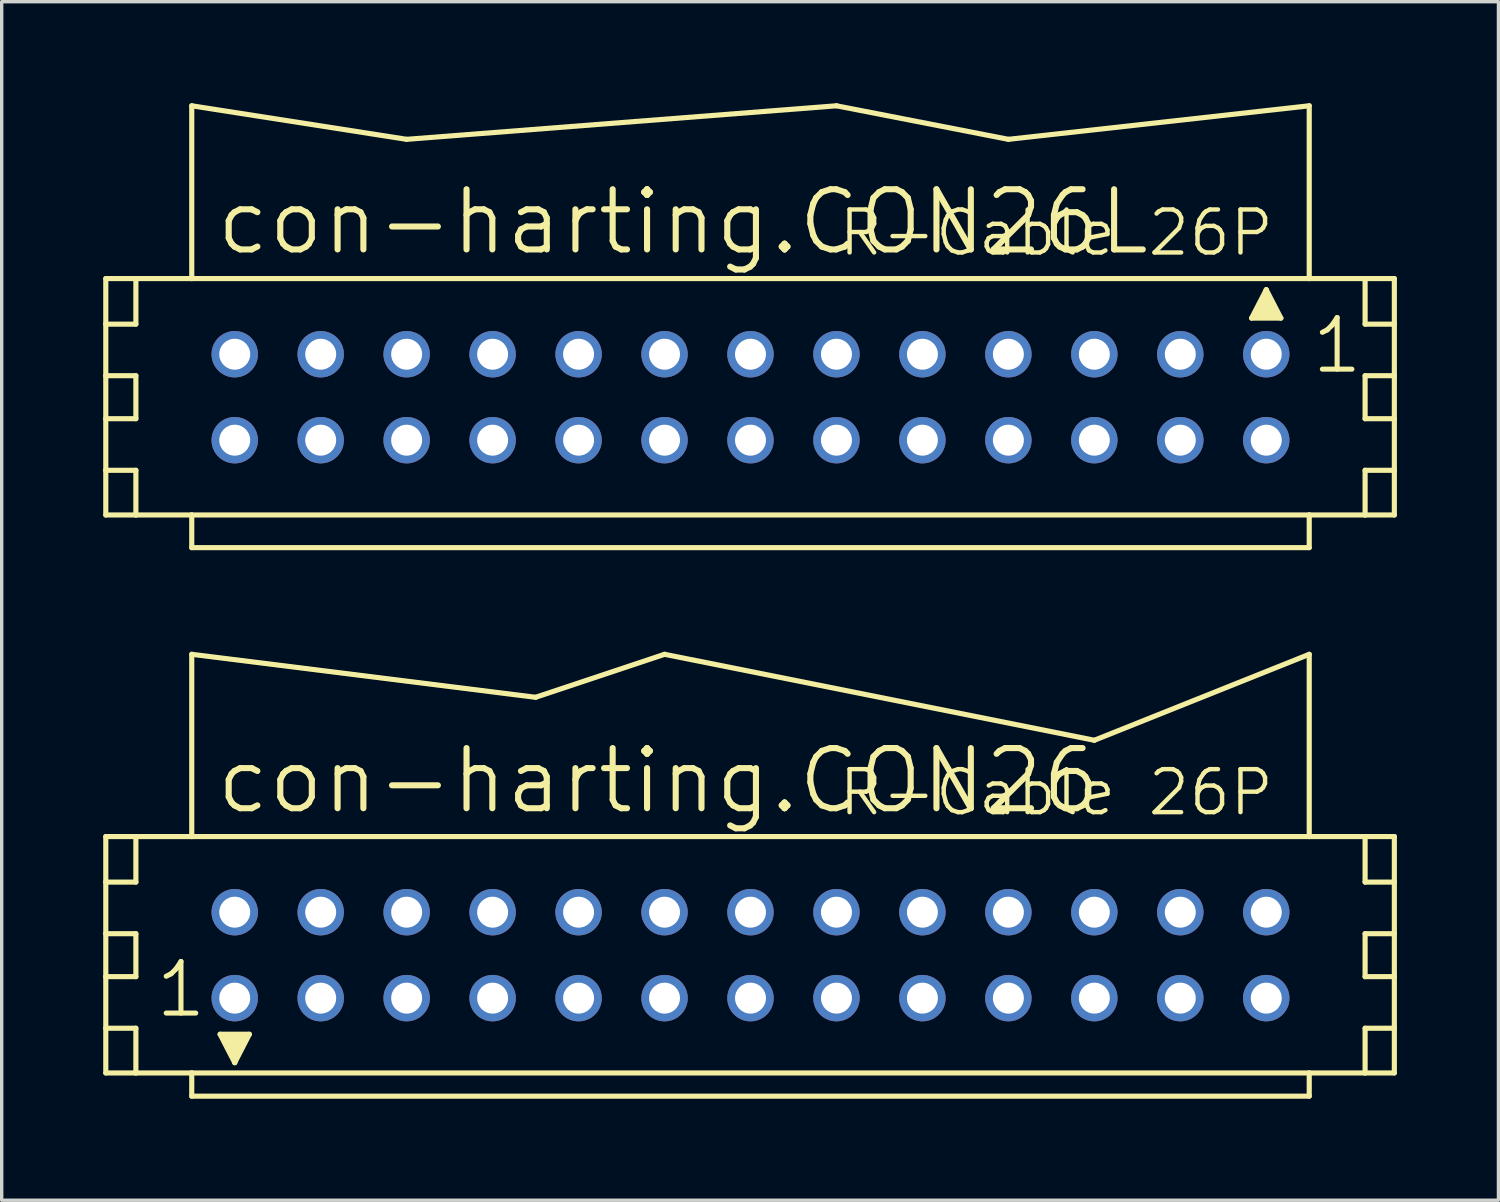
<source format=kicad_pcb>
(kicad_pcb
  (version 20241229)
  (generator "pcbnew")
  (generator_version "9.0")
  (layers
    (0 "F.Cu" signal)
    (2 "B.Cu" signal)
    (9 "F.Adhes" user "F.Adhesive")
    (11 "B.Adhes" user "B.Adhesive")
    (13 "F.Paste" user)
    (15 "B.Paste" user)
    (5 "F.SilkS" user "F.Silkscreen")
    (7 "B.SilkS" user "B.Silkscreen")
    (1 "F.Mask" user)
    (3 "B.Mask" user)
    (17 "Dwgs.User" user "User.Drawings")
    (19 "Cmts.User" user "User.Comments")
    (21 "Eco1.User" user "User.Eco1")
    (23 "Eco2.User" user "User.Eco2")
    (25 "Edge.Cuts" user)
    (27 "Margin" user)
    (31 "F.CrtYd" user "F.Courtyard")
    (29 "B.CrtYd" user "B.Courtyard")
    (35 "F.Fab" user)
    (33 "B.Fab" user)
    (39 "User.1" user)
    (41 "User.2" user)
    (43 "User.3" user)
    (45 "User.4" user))
  (footprint "con-harting.CON26"
    (layer "F.Cu")
    (at 19.126 25.174)
    (property "Reference" "con-harting.CON26" (at -15.875 -4.115 0) (layer "F.SilkS") (effects (font (size 1.778 1.778) (thickness 0.18)) (justify left bottom)))
    (attr through_hole)
    (fp_line (start -19.05 -3.505) (end -19.05 -2.159) (stroke (width 0.152) (type default)) (layer "F.SilkS"))
    (fp_line (start -19.05 -2.159) (end -19.05 -0.635) (stroke (width 0.152) (type default)) (layer "F.SilkS"))
    (fp_line (start -19.05 -2.159) (end -18.161 -2.159) (stroke (width 0.152) (type default)) (layer "F.SilkS"))
    (fp_line (start -19.05 -0.635) (end -19.05 0.635) (stroke (width 0.152) (type default)) (layer "F.SilkS"))
    (fp_line (start -19.05 -0.635) (end -18.161 -0.635) (stroke (width 0.152) (type default)) (layer "F.SilkS"))
    (fp_line (start -19.05 0.635) (end -19.05 2.159) (stroke (width 0.152) (type default)) (layer "F.SilkS"))
    (fp_line (start -19.05 0.635) (end -18.161 0.635) (stroke (width 0.152) (type default)) (layer "F.SilkS"))
    (fp_line (start -19.05 2.159) (end -19.05 3.48) (stroke (width 0.152) (type default)) (layer "F.SilkS"))
    (fp_line (start -19.05 2.159) (end -18.161 2.159) (stroke (width 0.152) (type default)) (layer "F.SilkS"))
    (fp_line (start -19.05 3.48) (end -18.161 3.48) (stroke (width 0.152) (type default)) (layer "F.SilkS"))
    (fp_line (start -18.161 -3.505) (end -19.05 -3.505) (stroke (width 0.152) (type default)) (layer "F.SilkS"))
    (fp_line (start -18.161 -3.505) (end -18.161 -2.159) (stroke (width 0.152) (type default)) (layer "F.SilkS"))
    (fp_line (start -18.161 -0.635) (end -18.161 0.635) (stroke (width 0.152) (type default)) (layer "F.SilkS"))
    (fp_line (start -18.161 2.159) (end -18.161 3.48) (stroke (width 0.152) (type default)) (layer "F.SilkS"))
    (fp_line (start -18.161 3.48) (end -16.51 3.48) (stroke (width 0.152) (type default)) (layer "F.SilkS"))
    (fp_line (start -16.51 -8.89) (end -6.35 -7.62) (stroke (width 0.152) (type default)) (layer "F.SilkS"))
    (fp_line (start -16.51 -3.505) (end -18.161 -3.505) (stroke (width 0.152) (type default)) (layer "F.SilkS"))
    (fp_line (start -16.51 -3.505) (end -16.51 -8.89) (stroke (width 0.152) (type default)) (layer "F.SilkS"))
    (fp_line (start -16.51 3.48) (end -16.51 4.166) (stroke (width 0.152) (type default)) (layer "F.SilkS"))
    (fp_line (start -16.51 3.48) (end 16.51 3.48) (stroke (width 0.152) (type default)) (layer "F.SilkS"))
    (fp_line (start -15.672 2.337) (end -14.808 2.337) (stroke (width 0.152) (type default)) (layer "F.SilkS"))
    (fp_line (start -15.24 3.175) (end -15.672 2.337) (stroke (width 0.152) (type default)) (layer "F.SilkS"))
    (fp_line (start -15.24 3.175) (end -15.24 2.921) (stroke (width 0.152) (type default)) (layer "F.SilkS"))
    (fp_line (start -14.808 2.337) (end -15.24 3.175) (stroke (width 0.152) (type default)) (layer "F.SilkS"))
    (fp_line (start -6.35 -7.62) (end -2.54 -8.89) (stroke (width 0.152) (type default)) (layer "F.SilkS"))
    (fp_line (start -2.54 -8.89) (end 10.16 -6.35) (stroke (width 0.152) (type default)) (layer "F.SilkS"))
    (fp_line (start 10.16 -6.35) (end 16.51 -8.89) (stroke (width 0.152) (type default)) (layer "F.SilkS"))
    (fp_line (start 16.51 -3.505) (end -16.51 -3.505) (stroke (width 0.152) (type default)) (layer "F.SilkS"))
    (fp_line (start 16.51 -3.505) (end 16.51 -8.89) (stroke (width 0.152) (type default)) (layer "F.SilkS"))
    (fp_line (start 16.51 3.48) (end 16.51 4.166) (stroke (width 0.152) (type default)) (layer "F.SilkS"))
    (fp_line (start 16.51 3.48) (end 18.161 3.48) (stroke (width 0.152) (type default)) (layer "F.SilkS"))
    (fp_line (start 16.51 4.166) (end -16.51 4.166) (stroke (width 0.152) (type default)) (layer "F.SilkS"))
    (fp_line (start 18.161 -3.505) (end 16.51 -3.505) (stroke (width 0.152) (type default)) (layer "F.SilkS"))
    (fp_line (start 18.161 -3.505) (end 18.161 -2.159) (stroke (width 0.152) (type default)) (layer "F.SilkS"))
    (fp_line (start 18.161 -2.159) (end 19.025 -2.159) (stroke (width 0.152) (type default)) (layer "F.SilkS"))
    (fp_line (start 18.161 -0.635) (end 18.161 0.635) (stroke (width 0.152) (type default)) (layer "F.SilkS"))
    (fp_line (start 18.161 -0.635) (end 19.025 -0.635) (stroke (width 0.152) (type default)) (layer "F.SilkS"))
    (fp_line (start 18.161 0.635) (end 19.025 0.635) (stroke (width 0.152) (type default)) (layer "F.SilkS"))
    (fp_line (start 18.161 2.159) (end 18.161 3.48) (stroke (width 0.152) (type default)) (layer "F.SilkS"))
    (fp_line (start 18.161 2.159) (end 19.025 2.159) (stroke (width 0.152) (type default)) (layer "F.SilkS"))
    (fp_line (start 18.161 3.48) (end 19.025 3.48) (stroke (width 0.152) (type default)) (layer "F.SilkS"))
    (fp_line (start 19.025 -3.505) (end 18.161 -3.505) (stroke (width 0.152) (type default)) (layer "F.SilkS"))
    (fp_line (start 19.025 -2.159) (end 19.025 -3.505) (stroke (width 0.152) (type default)) (layer "F.SilkS"))
    (fp_line (start 19.025 -0.635) (end 19.025 -2.159) (stroke (width 0.152) (type default)) (layer "F.SilkS"))
    (fp_line (start 19.025 0.635) (end 19.025 -0.635) (stroke (width 0.152) (type default)) (layer "F.SilkS"))
    (fp_line (start 19.025 2.159) (end 19.025 0.635) (stroke (width 0.152) (type default)) (layer "F.SilkS"))
    (fp_line (start 19.025 3.48) (end 19.025 2.159) (stroke (width 0.152) (type default)) (layer "F.SilkS"))
    (fp_rect (start -15.621 2.515) (end -15.24 2.388) (stroke (width 0.05) (type default)) (fill yes) (layer "F.SilkS"))
    (fp_rect (start -15.494 2.769) (end -14.986 2.515) (stroke (width 0.05) (type default)) (fill yes) (layer "F.SilkS"))
    (fp_rect (start -15.367 2.972) (end -15.113 2.718) (stroke (width 0.05) (type default)) (fill yes) (layer "F.SilkS"))
    (fp_rect (start -15.24 2.515) (end -14.859 2.388) (stroke (width 0.05) (type default)) (fill yes) (layer "F.SilkS"))
    (fp_text user "R-Cable 26P" (at 2.54 -4.064 0) (layer "F.SilkS") (effects (font (size 1.27 1.27) (thickness 0.13)) (justify left bottom)))
    (fp_text user "1" (at -17.653 1.905 0) (layer "F.SilkS") (effects (font (size 1.524 1.524) (thickness 0.15)) (justify left bottom)))
    (pad "1" thru_hole circle (at -15.24 1.27) (size 1.372 1.372) (drill 0.914) (layers "*.Cu" "*.Mask"))
    (pad "2" thru_hole circle (at -15.24 -1.27) (size 1.372 1.372) (drill 0.914) (layers "*.Cu" "*.Mask"))
    (pad "3" thru_hole circle (at -12.7 1.27) (size 1.372 1.372) (drill 0.914) (layers "*.Cu" "*.Mask"))
    (pad "4" thru_hole circle (at -12.7 -1.27) (size 1.372 1.372) (drill 0.914) (layers "*.Cu" "*.Mask"))
    (pad "5" thru_hole circle (at -10.16 1.27) (size 1.372 1.372) (drill 0.914) (layers "*.Cu" "*.Mask"))
    (pad "6" thru_hole circle (at -10.16 -1.27) (size 1.372 1.372) (drill 0.914) (layers "*.Cu" "*.Mask"))
    (pad "7" thru_hole circle (at -7.62 1.27) (size 1.372 1.372) (drill 0.914) (layers "*.Cu" "*.Mask"))
    (pad "8" thru_hole circle (at -7.62 -1.27) (size 1.372 1.372) (drill 0.914) (layers "*.Cu" "*.Mask"))
    (pad "9" thru_hole circle (at -5.08 1.27) (size 1.372 1.372) (drill 0.914) (layers "*.Cu" "*.Mask"))
    (pad "10" thru_hole circle (at -5.08 -1.27) (size 1.372 1.372) (drill 0.914) (layers "*.Cu" "*.Mask"))
    (pad "11" thru_hole circle (at -2.54 1.27) (size 1.372 1.372) (drill 0.914) (layers "*.Cu" "*.Mask"))
    (pad "12" thru_hole circle (at -2.54 -1.27) (size 1.372 1.372) (drill 0.914) (layers "*.Cu" "*.Mask"))
    (pad "13" thru_hole circle (at 0 1.27) (size 1.372 1.372) (drill 0.914) (layers "*.Cu" "*.Mask"))
    (pad "14" thru_hole circle (at 0 -1.27) (size 1.372 1.372) (drill 0.914) (layers "*.Cu" "*.Mask"))
    (pad "15" thru_hole circle (at 2.54 1.27) (size 1.372 1.372) (drill 0.914) (layers "*.Cu" "*.Mask"))
    (pad "16" thru_hole circle (at 2.54 -1.27) (size 1.372 1.372) (drill 0.914) (layers "*.Cu" "*.Mask"))
    (pad "17" thru_hole circle (at 5.08 1.27) (size 1.372 1.372) (drill 0.914) (layers "*.Cu" "*.Mask"))
    (pad "18" thru_hole circle (at 5.08 -1.27) (size 1.372 1.372) (drill 0.914) (layers "*.Cu" "*.Mask"))
    (pad "19" thru_hole circle (at 7.62 1.27) (size 1.372 1.372) (drill 0.914) (layers "*.Cu" "*.Mask"))
    (pad "20" thru_hole circle (at 7.62 -1.27) (size 1.372 1.372) (drill 0.914) (layers "*.Cu" "*.Mask"))
    (pad "21" thru_hole circle (at 10.16 1.27) (size 1.372 1.372) (drill 0.914) (layers "*.Cu" "*.Mask"))
    (pad "22" thru_hole circle (at 10.16 -1.27) (size 1.372 1.372) (drill 0.914) (layers "*.Cu" "*.Mask"))
    (pad "23" thru_hole circle (at 12.7 1.27) (size 1.372 1.372) (drill 0.914) (layers "*.Cu" "*.Mask"))
    (pad "24" thru_hole circle (at 12.7 -1.27) (size 1.372 1.372) (drill 0.914) (layers "*.Cu" "*.Mask"))
    (pad "25" thru_hole circle (at 15.24 1.27) (size 1.372 1.372) (drill 0.914) (layers "*.Cu" "*.Mask"))
    (pad "26" thru_hole circle (at 15.24 -1.27) (size 1.372 1.372) (drill 0.914) (layers "*.Cu" "*.Mask")))
  (footprint "con-harting.CON26L"
    (layer "F.Cu")
    (at 19.126 8.687)
    (property "Reference" "con-harting.CON26L" (at -15.875 -4.14 0) (layer "F.SilkS") (effects (font (size 1.778 1.778) (thickness 0.18)) (justify left bottom)))
    (attr through_hole)
    (fp_line (start -19.05 -3.505) (end -19.05 -2.159) (stroke (width 0.152) (type default)) (layer "F.SilkS"))
    (fp_line (start -19.05 -2.159) (end -19.05 -0.635) (stroke (width 0.152) (type default)) (layer "F.SilkS"))
    (fp_line (start -19.05 -2.159) (end -18.161 -2.159) (stroke (width 0.152) (type default)) (layer "F.SilkS"))
    (fp_line (start -19.05 -0.635) (end -19.05 0.635) (stroke (width 0.152) (type default)) (layer "F.SilkS"))
    (fp_line (start -19.05 -0.635) (end -18.161 -0.635) (stroke (width 0.152) (type default)) (layer "F.SilkS"))
    (fp_line (start -19.05 0.635) (end -19.05 2.159) (stroke (width 0.152) (type default)) (layer "F.SilkS"))
    (fp_line (start -19.05 0.635) (end -18.161 0.635) (stroke (width 0.152) (type default)) (layer "F.SilkS"))
    (fp_line (start -19.05 2.159) (end -19.05 3.48) (stroke (width 0.152) (type default)) (layer "F.SilkS"))
    (fp_line (start -19.05 2.159) (end -18.161 2.159) (stroke (width 0.152) (type default)) (layer "F.SilkS"))
    (fp_line (start -19.05 3.48) (end -18.161 3.48) (stroke (width 0.152) (type default)) (layer "F.SilkS"))
    (fp_line (start -18.161 -3.505) (end -19.05 -3.505) (stroke (width 0.152) (type default)) (layer "F.SilkS"))
    (fp_line (start -18.161 -3.505) (end -18.161 -2.159) (stroke (width 0.152) (type default)) (layer "F.SilkS"))
    (fp_line (start -18.161 -0.635) (end -18.161 0.635) (stroke (width 0.152) (type default)) (layer "F.SilkS"))
    (fp_line (start -18.161 2.159) (end -18.161 3.48) (stroke (width 0.152) (type default)) (layer "F.SilkS"))
    (fp_line (start -18.161 3.48) (end -16.51 3.48) (stroke (width 0.152) (type default)) (layer "F.SilkS"))
    (fp_line (start -16.51 -3.505) (end -18.161 -3.505) (stroke (width 0.152) (type default)) (layer "F.SilkS"))
    (fp_line (start -16.51 -3.505) (end -16.51 -8.611) (stroke (width 0.152) (type default)) (layer "F.SilkS"))
    (fp_line (start -16.51 3.48) (end -16.51 4.445) (stroke (width 0.152) (type default)) (layer "F.SilkS"))
    (fp_line (start -16.51 3.48) (end 16.51 3.48) (stroke (width 0.152) (type default)) (layer "F.SilkS"))
    (fp_line (start -10.16 -7.62) (end -16.51 -8.611) (stroke (width 0.152) (type default)) (layer "F.SilkS"))
    (fp_line (start -10.16 -7.62) (end 2.54 -8.611) (stroke (width 0.152) (type default)) (layer "F.SilkS"))
    (fp_line (start 7.62 -7.62) (end 2.54 -8.611) (stroke (width 0.152) (type default)) (layer "F.SilkS"))
    (fp_line (start 7.62 -7.62) (end 16.51 -8.611) (stroke (width 0.152) (type default)) (layer "F.SilkS"))
    (fp_line (start 14.808 -2.337) (end 15.24 -3.175) (stroke (width 0.152) (type default)) (layer "F.SilkS"))
    (fp_line (start 15.24 -3.175) (end 15.24 -2.921) (stroke (width 0.152) (type default)) (layer "F.SilkS"))
    (fp_line (start 15.24 -3.175) (end 15.672 -2.337) (stroke (width 0.152) (type default)) (layer "F.SilkS"))
    (fp_line (start 15.672 -2.337) (end 14.808 -2.337) (stroke (width 0.152) (type default)) (layer "F.SilkS"))
    (fp_line (start 16.51 -3.505) (end -16.51 -3.505) (stroke (width 0.152) (type default)) (layer "F.SilkS"))
    (fp_line (start 16.51 -3.505) (end 16.51 -8.611) (stroke (width 0.152) (type default)) (layer "F.SilkS"))
    (fp_line (start 16.51 3.48) (end 16.51 4.445) (stroke (width 0.152) (type default)) (layer "F.SilkS"))
    (fp_line (start 16.51 3.48) (end 18.161 3.48) (stroke (width 0.152) (type default)) (layer "F.SilkS"))
    (fp_line (start 16.51 4.445) (end -16.51 4.445) (stroke (width 0.152) (type default)) (layer "F.SilkS"))
    (fp_line (start 18.161 -3.505) (end 16.51 -3.505) (stroke (width 0.152) (type default)) (layer "F.SilkS"))
    (fp_line (start 18.161 -3.505) (end 18.161 -2.159) (stroke (width 0.152) (type default)) (layer "F.SilkS"))
    (fp_line (start 18.161 -2.159) (end 19.025 -2.159) (stroke (width 0.152) (type default)) (layer "F.SilkS"))
    (fp_line (start 18.161 -0.635) (end 18.161 0.635) (stroke (width 0.152) (type default)) (layer "F.SilkS"))
    (fp_line (start 18.161 -0.635) (end 19.025 -0.635) (stroke (width 0.152) (type default)) (layer "F.SilkS"))
    (fp_line (start 18.161 0.635) (end 19.025 0.635) (stroke (width 0.152) (type default)) (layer "F.SilkS"))
    (fp_line (start 18.161 2.159) (end 18.161 3.48) (stroke (width 0.152) (type default)) (layer "F.SilkS"))
    (fp_line (start 18.161 2.159) (end 19.025 2.159) (stroke (width 0.152) (type default)) (layer "F.SilkS"))
    (fp_line (start 18.161 3.48) (end 19.025 3.48) (stroke (width 0.152) (type default)) (layer "F.SilkS"))
    (fp_line (start 19.025 -3.505) (end 18.161 -3.505) (stroke (width 0.152) (type default)) (layer "F.SilkS"))
    (fp_line (start 19.025 -2.159) (end 19.025 -3.505) (stroke (width 0.152) (type default)) (layer "F.SilkS"))
    (fp_line (start 19.025 -0.635) (end 19.025 -2.159) (stroke (width 0.152) (type default)) (layer "F.SilkS"))
    (fp_line (start 19.025 0.635) (end 19.025 -0.635) (stroke (width 0.152) (type default)) (layer "F.SilkS"))
    (fp_line (start 19.025 2.159) (end 19.025 0.635) (stroke (width 0.152) (type default)) (layer "F.SilkS"))
    (fp_line (start 19.025 3.48) (end 19.025 2.159) (stroke (width 0.152) (type default)) (layer "F.SilkS"))
    (fp_rect (start 14.859 -2.388) (end 15.24 -2.515) (stroke (width 0.05) (type default)) (fill yes) (layer "F.SilkS"))
    (fp_rect (start 14.986 -2.515) (end 15.494 -2.769) (stroke (width 0.05) (type default)) (fill yes) (layer "F.SilkS"))
    (fp_rect (start 15.113 -2.718) (end 15.367 -2.972) (stroke (width 0.05) (type default)) (fill yes) (layer "F.SilkS"))
    (fp_rect (start 15.24 -2.388) (end 15.621 -2.515) (stroke (width 0.05) (type default)) (fill yes) (layer "F.SilkS"))
    (fp_text user "1" (at 16.51 -0.635 0) (layer "F.SilkS") (effects (font (size 1.524 1.524) (thickness 0.15)) (justify left bottom)))
    (fp_text user "R-Cable 26P" (at 2.54 -4.115 0) (layer "F.SilkS") (effects (font (size 1.27 1.27) (thickness 0.13)) (justify left bottom)))
    (pad "1" thru_hole circle (at 15.24 -1.27) (size 1.372 1.372) (drill 0.914) (layers "*.Cu" "*.Mask"))
    (pad "2" thru_hole circle (at 15.24 1.27) (size 1.372 1.372) (drill 0.914) (layers "*.Cu" "*.Mask"))
    (pad "3" thru_hole circle (at 12.7 -1.27) (size 1.372 1.372) (drill 0.914) (layers "*.Cu" "*.Mask"))
    (pad "4" thru_hole circle (at 12.7 1.27) (size 1.372 1.372) (drill 0.914) (layers "*.Cu" "*.Mask"))
    (pad "5" thru_hole circle (at 10.16 -1.27) (size 1.372 1.372) (drill 0.914) (layers "*.Cu" "*.Mask"))
    (pad "6" thru_hole circle (at 10.16 1.27) (size 1.372 1.372) (drill 0.914) (layers "*.Cu" "*.Mask"))
    (pad "7" thru_hole circle (at 7.62 -1.27) (size 1.372 1.372) (drill 0.914) (layers "*.Cu" "*.Mask"))
    (pad "8" thru_hole circle (at 7.62 1.27) (size 1.372 1.372) (drill 0.914) (layers "*.Cu" "*.Mask"))
    (pad "9" thru_hole circle (at 5.08 -1.27) (size 1.372 1.372) (drill 0.914) (layers "*.Cu" "*.Mask"))
    (pad "10" thru_hole circle (at 5.08 1.27) (size 1.372 1.372) (drill 0.914) (layers "*.Cu" "*.Mask"))
    (pad "11" thru_hole circle (at 2.54 -1.27) (size 1.372 1.372) (drill 0.914) (layers "*.Cu" "*.Mask"))
    (pad "12" thru_hole circle (at 2.54 1.27) (size 1.372 1.372) (drill 0.914) (layers "*.Cu" "*.Mask"))
    (pad "13" thru_hole circle (at 0 -1.27) (size 1.372 1.372) (drill 0.914) (layers "*.Cu" "*.Mask"))
    (pad "14" thru_hole circle (at 0 1.27) (size 1.372 1.372) (drill 0.914) (layers "*.Cu" "*.Mask"))
    (pad "15" thru_hole circle (at -2.54 -1.27) (size 1.372 1.372) (drill 0.914) (layers "*.Cu" "*.Mask"))
    (pad "16" thru_hole circle (at -2.54 1.27) (size 1.372 1.372) (drill 0.914) (layers "*.Cu" "*.Mask"))
    (pad "17" thru_hole circle (at -5.08 -1.27) (size 1.372 1.372) (drill 0.914) (layers "*.Cu" "*.Mask"))
    (pad "18" thru_hole circle (at -5.08 1.27) (size 1.372 1.372) (drill 0.914) (layers "*.Cu" "*.Mask"))
    (pad "19" thru_hole circle (at -7.62 -1.27) (size 1.372 1.372) (drill 0.914) (layers "*.Cu" "*.Mask"))
    (pad "20" thru_hole circle (at -7.62 1.27) (size 1.372 1.372) (drill 0.914) (layers "*.Cu" "*.Mask"))
    (pad "21" thru_hole circle (at -10.16 -1.27) (size 1.372 1.372) (drill 0.914) (layers "*.Cu" "*.Mask"))
    (pad "22" thru_hole circle (at -10.16 1.27) (size 1.372 1.372) (drill 0.914) (layers "*.Cu" "*.Mask"))
    (pad "23" thru_hole circle (at -12.7 -1.27) (size 1.372 1.372) (drill 0.914) (layers "*.Cu" "*.Mask"))
    (pad "24" thru_hole circle (at -12.7 1.27) (size 1.372 1.372) (drill 0.914) (layers "*.Cu" "*.Mask"))
    (pad "25" thru_hole circle (at -15.24 -1.27) (size 1.372 1.372) (drill 0.914) (layers "*.Cu" "*.Mask"))
    (pad "26" thru_hole circle (at -15.24 1.27) (size 1.372 1.372) (drill 0.914) (layers "*.Cu" "*.Mask")))
  (gr_rect
    (start -3 -3)
    (end 41.227 32.416)
    (stroke (width 0.1) (type default))
    (fill no)
    (layer "Edge.Cuts")))
</source>
